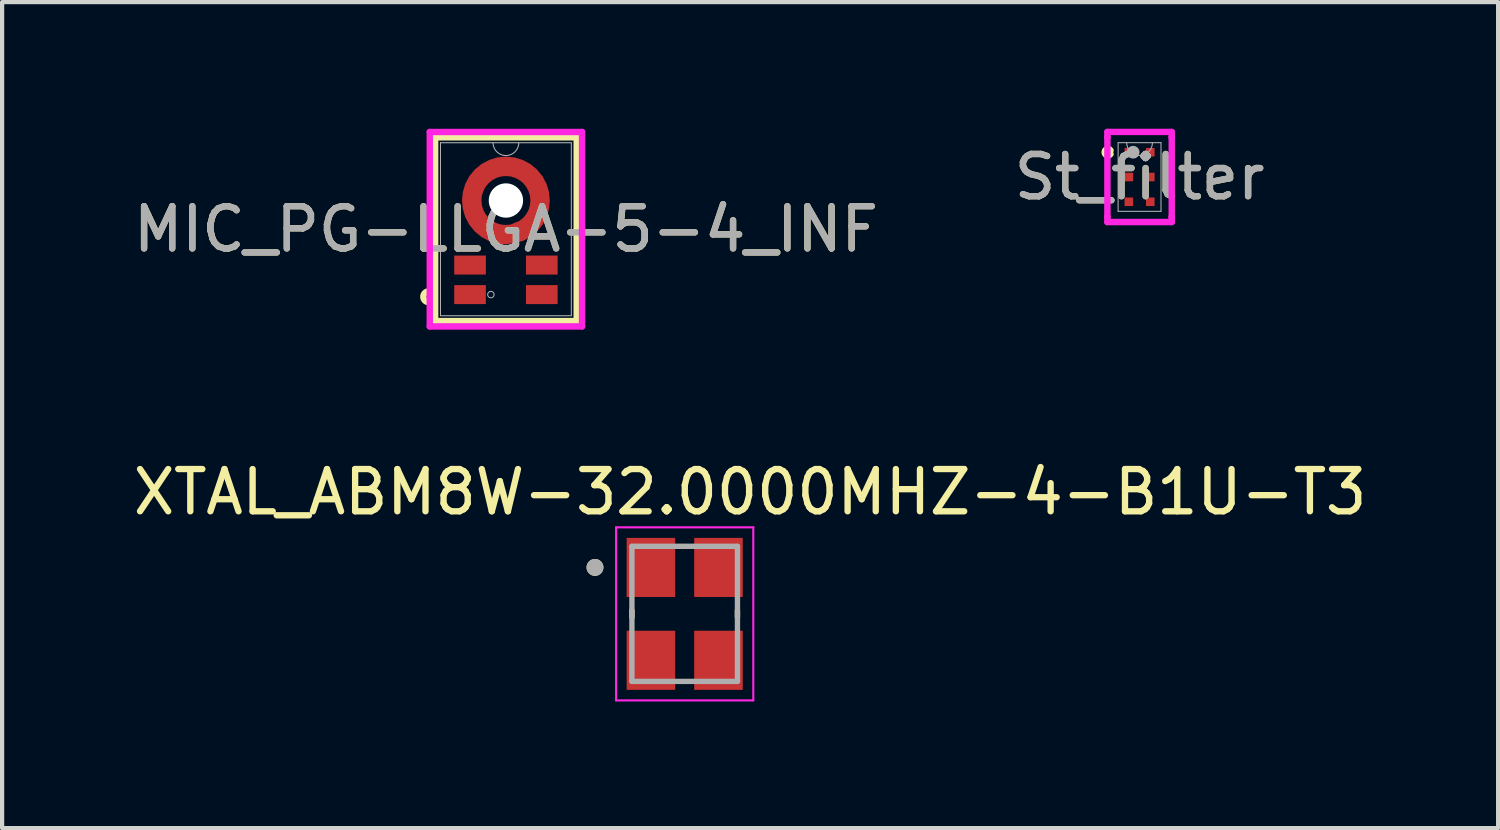
<source format=kicad_pcb>
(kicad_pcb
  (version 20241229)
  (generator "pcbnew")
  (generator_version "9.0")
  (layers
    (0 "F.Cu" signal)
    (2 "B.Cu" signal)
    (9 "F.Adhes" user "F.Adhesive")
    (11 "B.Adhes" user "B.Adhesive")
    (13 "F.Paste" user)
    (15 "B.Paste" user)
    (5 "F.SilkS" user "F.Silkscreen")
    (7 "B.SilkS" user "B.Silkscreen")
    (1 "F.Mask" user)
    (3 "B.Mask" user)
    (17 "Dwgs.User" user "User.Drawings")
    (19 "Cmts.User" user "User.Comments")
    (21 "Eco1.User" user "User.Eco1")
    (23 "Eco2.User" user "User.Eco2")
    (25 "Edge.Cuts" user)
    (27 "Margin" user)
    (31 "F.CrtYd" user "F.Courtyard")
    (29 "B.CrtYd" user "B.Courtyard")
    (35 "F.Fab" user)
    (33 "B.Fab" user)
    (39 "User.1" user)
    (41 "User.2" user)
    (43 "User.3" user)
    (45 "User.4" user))
  (footprint "St_filter"
    (layer "F.Cu")
    (at 23.946 1.143)
    (property "Reference" "St_filter" (at 0 0 0) (unlocked yes) (layer "F.SilkS") (effects (font (size 1 1) (thickness 0.15))))
    (attr smd)
    (fp_arc (start -0.68834 -0.543209) (mid -0.8269 -0.587) (end -0.68834 -0.630791) (stroke (width 0.1524) (type solid)) (layer "F.SilkS"))
    (fp_line (start -0.762 -1.067) (end 0.762 -1.067) (stroke (width 0.152) (type solid)) (layer "F.CrtYd"))
    (fp_line (start -0.762 -0.943) (end -0.762 -1.067) (stroke (width 0.152) (type solid)) (layer "F.CrtYd"))
    (fp_line (start -0.762 -0.943) (end -0.762 -0.943) (stroke (width 0.152) (type solid)) (layer "F.CrtYd"))
    (fp_line (start -0.762 0.943) (end -0.762 -0.943) (stroke (width 0.152) (type solid)) (layer "F.CrtYd"))
    (fp_line (start -0.762 0.943) (end -0.762 0.943) (stroke (width 0.152) (type solid)) (layer "F.CrtYd"))
    (fp_line (start -0.762 1.067) (end -0.762 0.943) (stroke (width 0.152) (type solid)) (layer "F.CrtYd"))
    (fp_line (start 0.762 -1.067) (end 0.762 -0.943) (stroke (width 0.152) (type solid)) (layer "F.CrtYd"))
    (fp_line (start 0.762 -0.943) (end 0.762 -0.943) (stroke (width 0.152) (type solid)) (layer "F.CrtYd"))
    (fp_line (start 0.762 -0.943) (end 0.762 0.943) (stroke (width 0.152) (type solid)) (layer "F.CrtYd"))
    (fp_line (start 0.762 0.943) (end 0.762 0.943) (stroke (width 0.152) (type solid)) (layer "F.CrtYd"))
    (fp_line (start 0.762 0.943) (end 0.762 1.067) (stroke (width 0.152) (type solid)) (layer "F.CrtYd"))
    (fp_line (start 0.762 1.067) (end -0.762 1.067) (stroke (width 0.152) (type solid)) (layer "F.CrtYd"))
    (fp_line (start -0.508 -0.813) (end -0.508 0.813) (stroke (width 0.025) (type solid)) (layer "F.Fab"))
    (fp_line (start -0.508 0.813) (end 0.508 0.813) (stroke (width 0.025) (type solid)) (layer "F.Fab"))
    (fp_line (start 0.508 -0.813) (end -0.508 -0.813) (stroke (width 0.025) (type solid)) (layer "F.Fab"))
    (fp_line (start 0.508 0.813) (end 0.508 -0.813) (stroke (width 0.025) (type solid)) (layer "F.Fab"))
    (fp_arc (start 0.3048 -0.8128) (mid 0 -0.508) (end -0.3048 -0.8128) (stroke (width 0.0254) (type solid)) (layer "F.Fab"))
    (fp_circle (center -0.152 -0.587) (end -0.076 -0.587) (stroke (width 0.152) (type solid)) (fill no) (layer "F.Fab"))
    (fp_text user "${REFERENCE}" (at 0 0 0) (unlocked yes) (layer "F.Fab") (effects (font (size 1 1) (thickness 0.15))))
    (pad "1" smd rect (at -0.254 -0.587) (size 0.203 0.203) (layers "F.Cu" "F.Mask" "F.Paste"))
    (pad "2" smd rect (at -0.254 0) (size 0.203 0.203) (layers "F.Cu" "F.Mask" "F.Paste"))
    (pad "3" smd rect (at -0.254 0.587) (size 0.203 0.203) (layers "F.Cu" "F.Mask" "F.Paste"))
    (pad "4" smd rect (at 0.254 0.587) (size 0.203 0.203) (layers "F.Cu" "F.Mask" "F.Paste"))
    (pad "5" smd rect (at 0.254 0) (size 0.203 0.203) (layers "F.Cu" "F.Mask" "F.Paste"))
    (pad "6" smd rect (at 0.254 -0.587) (size 0.203 0.203) (layers "F.Cu" "F.Mask" "F.Paste")))
  (footprint "XTAL_ABM8W-32.0000MHZ-4-B1U-T3"
    (layer "F.Cu")
    (at 13.17 11.492)
    (property "Reference" "XTAL_ABM8W-32.0000MHZ-4-B1U-T3" (at 1.55 -2.885 0) (layer "F.SilkS") (effects (font (size 1 1) (thickness 0.15))))
    (attr smd)
    (fp_line (start -1.25 -0.08) (end -1.25 0.08) (stroke (width 0.127) (type solid)) (layer "F.SilkS"))
    (fp_line (start 1.25 -0.08) (end 1.25 0.08) (stroke (width 0.127) (type solid)) (layer "F.SilkS"))
    (fp_circle (center -2.125 -1.1) (end -2.025 -1.1) (stroke (width 0.2) (type solid)) (fill no) (layer "F.SilkS"))
    (fp_line (start -1.625 -2.05) (end -1.625 2.05) (stroke (width 0.05) (type solid)) (layer "F.CrtYd"))
    (fp_line (start -1.625 -2.05) (end 1.625 -2.05) (stroke (width 0.05) (type solid)) (layer "F.CrtYd"))
    (fp_line (start 1.625 -2.05) (end 1.625 2.05) (stroke (width 0.05) (type solid)) (layer "F.CrtYd"))
    (fp_line (start 1.625 2.05) (end -1.625 2.05) (stroke (width 0.05) (type solid)) (layer "F.CrtYd"))
    (fp_line (start -1.25 -1.6) (end -1.25 1.6) (stroke (width 0.127) (type solid)) (layer "F.Fab"))
    (fp_line (start -1.25 -1.6) (end 1.25 -1.6) (stroke (width 0.127) (type solid)) (layer "F.Fab"))
    (fp_line (start 1.25 -1.6) (end 1.25 1.6) (stroke (width 0.127) (type solid)) (layer "F.Fab"))
    (fp_line (start 1.25 1.6) (end -1.25 1.6) (stroke (width 0.127) (type solid)) (layer "F.Fab"))
    (fp_circle (center -2.125 -1.1) (end -2.025 -1.1) (stroke (width 0.2) (type solid)) (fill no) (layer "F.Fab"))
    (pad "1" smd rect (at -0.8 -1.1) (size 1.15 1.4) (layers "F.Cu" "F.Mask" "F.Paste"))
    (pad "2" smd rect (at -0.8 1.1) (size 1.15 1.4) (layers "F.Cu" "F.Mask" "F.Paste"))
    (pad "3" smd rect (at 0.8 1.1) (size 1.15 1.4) (layers "F.Cu" "F.Mask" "F.Paste"))
    (pad "4" smd rect (at 0.8 -1.1) (size 1.15 1.4) (layers "F.Cu" "F.Mask" "F.Paste")))
  (footprint "MIC_PG-LLGA-5-4_INF"
    (layer "F.Cu")
    (at 8.935 2.38)
    (property "Reference" "MIC_PG-LLGA-5-4_INF" (at 0 0 0) (unlocked yes) (layer "F.SilkS") (effects (font (size 1 1) (thickness 0.15))))
    (attr smd)
    (fp_poly (pts (xy 0 -1.72) (xy 0.203 -1.7) (xy 0.398 -1.641) (xy 0.578 -1.545) (xy 0.735 -1.415) (xy 0.865 -1.258) (xy 0.961 -1.078) (xy 1.02 -0.883) (xy 1.04 -0.68) (xy 1.02 -0.477) (xy 0.961 -0.282) (xy 0.865 -0.102) (xy 0.735 0.055) (xy 0.578 0.185) (xy 0.398 0.281) (xy 0 0.36) (xy -0.203 0.34) (xy -0.398 0.281) (xy -0.578 0.185) (xy -0.735 0.055) (xy -0.865 -0.102) (xy -0.961 -0.282) (xy -1.02 -0.477) (xy -1.04 -0.68) (xy -1.02 -0.883) (xy -0.961 -1.078) (xy -0.865 -1.258) (xy -0.735 -1.415) (xy -0.578 -1.545) (xy -0.398 -1.641) (xy -0.203 -1.7) (xy 0 -1.72) (xy 0 -1.26) (xy -0.113 -1.249) (xy -0.222 -1.216) (xy -0.322 -1.162) (xy -0.41 -1.09) (xy -0.482 -1.002) (xy -0.536 -0.902) (xy -0.569 -0.793) (xy -0.58 -0.68) (xy -0.569 -0.567) (xy -0.536 -0.458) (xy -0.482 -0.358) (xy -0.41 -0.27) (xy -0.322 -0.198) (xy -0.222 -0.144) (xy -0.113 -0.111) (xy 0 -0.1) (xy 0.113 -0.111) (xy 0.322 -0.198) (xy 0.41 -0.27) (xy 0.482 -0.358) (xy 0.536 -0.458) (xy 0.569 -0.567) (xy 0.58 -0.68) (xy 0.569 -0.793) (xy 0.536 -0.902) (xy 0.482 -1.002) (xy 0.41 -1.09) (xy 0.322 -1.162) (xy 0.222 -1.216) (xy 0.113 -1.249) (xy 0 -1.26)) (stroke (width 0) (type solid)) (fill yes) (layer "F.Cu"))
    (fp_poly (pts (xy 0 -1.72) (xy 0.203 -1.7) (xy 0.398 -1.641) (xy 0.578 -1.545) (xy 0.735 -1.415) (xy 0.865 -1.258) (xy 0.961 -1.078) (xy 1.02 -0.883) (xy 1.04 -0.68) (xy 1.02 -0.477) (xy 0.961 -0.282) (xy 0.865 -0.102) (xy 0.735 0.055) (xy 0.578 0.185) (xy 0.398 0.281) (xy 0 0.36) (xy -0.203 0.34) (xy -0.398 0.281) (xy -0.578 0.185) (xy -0.735 0.055) (xy -0.865 -0.102) (xy -0.961 -0.282) (xy -1.02 -0.477) (xy -1.04 -0.68) (xy -1.02 -0.883) (xy -0.961 -1.078) (xy -0.865 -1.258) (xy -0.735 -1.415) (xy -0.578 -1.545) (xy -0.398 -1.641) (xy -0.203 -1.7) (xy 0 -1.72) (xy 0 -1.26) (xy -0.113 -1.249) (xy -0.222 -1.216) (xy -0.322 -1.162) (xy -0.41 -1.09) (xy -0.482 -1.002) (xy -0.536 -0.902) (xy -0.569 -0.793) (xy -0.58 -0.68) (xy -0.569 -0.567) (xy -0.536 -0.458) (xy -0.482 -0.358) (xy -0.41 -0.27) (xy -0.322 -0.198) (xy -0.222 -0.144) (xy -0.113 -0.111) (xy 0 -0.1) (xy 0.113 -0.111) (xy 0.322 -0.198) (xy 0.41 -0.27) (xy 0.482 -0.358) (xy 0.536 -0.458) (xy 0.569 -0.567) (xy 0.58 -0.68) (xy 0.569 -0.793) (xy 0.536 -0.902) (xy 0.482 -1.002) (xy 0.41 -1.09) (xy 0.322 -1.162) (xy 0.222 -1.216) (xy 0.113 -1.249) (xy 0 -1.26)) (stroke (width 0) (type solid)) (fill yes) (layer "F.Mask"))
    (fp_line (start -1.677 -2.176) (end 1.677 -2.176) (stroke (width 0.152) (type solid)) (layer "F.SilkS"))
    (fp_line (start -1.677 2.176) (end -1.677 -2.176) (stroke (width 0.152) (type solid)) (layer "F.SilkS"))
    (fp_line (start 1.677 -2.176) (end 1.677 2.176) (stroke (width 0.152) (type solid)) (layer "F.SilkS"))
    (fp_line (start 1.677 2.176) (end -1.677 2.176) (stroke (width 0.152) (type solid)) (layer "F.SilkS"))
    (fp_circle (center -1.829 1.6) (end -1.702 1.6) (stroke (width 0.152) (type solid)) (fill no) (layer "F.SilkS"))
    (fp_poly (pts (xy -1.175 0.699) (xy -1.174 0.691) (xy -1.173 0.684) (xy -1.17 0.676) (xy -1.165 0.67) (xy -1.16 0.664) (xy -1.154 0.659) (xy -1.148 0.654) (xy -1.14 0.651) (xy -1.133 0.65) (xy -1.125 0.649) (xy -0.575 0.649) (xy -0.567 0.65) (xy -0.56 0.651) (xy -0.552 0.654) (xy -0.546 0.659) (xy -0.54 0.664) (xy -0.535 0.67) (xy -0.53 0.676) (xy -0.527 0.684) (xy -0.526 0.691) (xy -0.525 0.699) (xy -0.525 0.999) (xy -0.526 1.007) (xy -0.527 1.014) (xy -0.53 1.022) (xy -0.535 1.028) (xy -0.54 1.034) (xy -0.546 1.039) (xy -0.552 1.044) (xy -0.56 1.047) (xy -0.567 1.048) (xy -0.575 1.049) (xy -1.125 1.049) (xy -1.133 1.048) (xy -1.14 1.047) (xy -1.148 1.044) (xy -1.154 1.039) (xy -1.16 1.034) (xy -1.165 1.028) (xy -1.17 1.022) (xy -1.173 1.014) (xy -1.174 1.007) (xy -1.175 0.999)) (stroke (width 0) (type solid)) (fill yes) (layer "F.Paste"))
    (fp_poly (pts (xy -1.175 1.399) (xy -1.174 1.391) (xy -1.173 1.384) (xy -1.17 1.376) (xy -1.165 1.37) (xy -1.16 1.364) (xy -1.154 1.359) (xy -1.148 1.354) (xy -1.14 1.351) (xy -1.133 1.35) (xy -1.125 1.349) (xy -0.575 1.349) (xy -0.567 1.35) (xy -0.56 1.351) (xy -0.552 1.354) (xy -0.546 1.359) (xy -0.54 1.364) (xy -0.535 1.37) (xy -0.53 1.376) (xy -0.527 1.384) (xy -0.526 1.391) (xy -0.525 1.399) (xy -0.525 1.699) (xy -0.526 1.707) (xy -0.527 1.714) (xy -0.53 1.722) (xy -0.535 1.728) (xy -0.54 1.734) (xy -0.546 1.739) (xy -0.552 1.744) (xy -0.56 1.747) (xy -0.567 1.748) (xy -0.575 1.749) (xy -1.125 1.749) (xy -1.133 1.748) (xy -1.14 1.747) (xy -1.148 1.744) (xy -1.154 1.739) (xy -1.16 1.734) (xy -1.165 1.728) (xy -1.17 1.722) (xy -1.173 1.714) (xy -1.174 1.707) (xy -1.175 1.699)) (stroke (width 0) (type solid)) (fill yes) (layer "F.Paste"))
    (fp_poly (pts (xy 0.525 0.699) (xy 0.526 0.691) (xy 0.527 0.684) (xy 0.53 0.676) (xy 0.535 0.67) (xy 0.54 0.664) (xy 0.546 0.659) (xy 0.552 0.654) (xy 0.56 0.651) (xy 0.567 0.65) (xy 0.575 0.649) (xy 1.125 0.649) (xy 1.133 0.65) (xy 1.14 0.651) (xy 1.148 0.654) (xy 1.154 0.659) (xy 1.16 0.664) (xy 1.165 0.67) (xy 1.17 0.676) (xy 1.173 0.684) (xy 1.174 0.691) (xy 1.175 0.699) (xy 1.175 0.999) (xy 1.174 1.007) (xy 1.173 1.014) (xy 1.17 1.022) (xy 1.165 1.028) (xy 1.16 1.034) (xy 1.154 1.039) (xy 1.148 1.044) (xy 1.14 1.047) (xy 1.133 1.048) (xy 1.125 1.049) (xy 0.575 1.049) (xy 0.567 1.048) (xy 0.56 1.047) (xy 0.552 1.044) (xy 0.546 1.039) (xy 0.54 1.034) (xy 0.535 1.028) (xy 0.53 1.022) (xy 0.527 1.014) (xy 0.526 1.007) (xy 0.525 0.999)) (stroke (width 0) (type solid)) (fill yes) (layer "F.Paste"))
    (fp_poly (pts (xy 0.525 1.399) (xy 0.526 1.391) (xy 0.527 1.384) (xy 0.53 1.376) (xy 0.535 1.37) (xy 0.54 1.364) (xy 0.546 1.359) (xy 0.552 1.354) (xy 0.56 1.351) (xy 0.567 1.35) (xy 0.575 1.349) (xy 1.125 1.349) (xy 1.133 1.35) (xy 1.14 1.351) (xy 1.148 1.354) (xy 1.154 1.359) (xy 1.16 1.364) (xy 1.165 1.37) (xy 1.17 1.376) (xy 1.173 1.384) (xy 1.174 1.391) (xy 1.175 1.399) (xy 1.175 1.699) (xy 1.174 1.707) (xy 1.173 1.714) (xy 1.17 1.722) (xy 1.165 1.728) (xy 1.16 1.734) (xy 1.154 1.739) (xy 1.148 1.744) (xy 1.14 1.747) (xy 1.133 1.748) (xy 1.125 1.749) (xy 0.575 1.749) (xy 0.567 1.748) (xy 0.56 1.747) (xy 0.552 1.744) (xy 0.546 1.739) (xy 0.54 1.734) (xy 0.535 1.728) (xy 0.53 1.722) (xy 0.527 1.714) (xy 0.526 1.707) (xy 0.525 1.699)) (stroke (width 0) (type solid)) (fill yes) (layer "F.Paste"))
    (fp_poly (pts (xy 0 -1.72) (xy 0.203 -1.7) (xy 0.398 -1.641) (xy 0.578 -1.545) (xy 0.735 -1.415) (xy 0.865 -1.258) (xy 0.961 -1.078) (xy 1.02 -0.883) (xy 1.04 -0.68) (xy 1.02 -0.477) (xy 0.961 -0.282) (xy 0.865 -0.102) (xy 0.735 0.055) (xy 0.578 0.185) (xy 0.398 0.281) (xy 0 0.36) (xy -0.203 0.34) (xy -0.398 0.281) (xy -0.578 0.185) (xy -0.735 0.055) (xy -0.865 -0.102) (xy -0.961 -0.282) (xy -1.02 -0.477) (xy -1.04 -0.68) (xy -1.02 -0.883) (xy -0.961 -1.078) (xy -0.865 -1.258) (xy -0.735 -1.415) (xy -0.578 -1.545) (xy -0.398 -1.641) (xy -0.203 -1.7) (xy 0 -1.72) (xy 0 -1.26) (xy -0.113 -1.249) (xy -0.222 -1.216) (xy -0.322 -1.162) (xy -0.41 -1.09) (xy -0.482 -1.002) (xy -0.536 -0.902) (xy -0.569 -0.793) (xy -0.58 -0.68) (xy -0.569 -0.567) (xy -0.536 -0.458) (xy -0.482 -0.358) (xy -0.41 -0.27) (xy -0.322 -0.198) (xy -0.222 -0.144) (xy -0.113 -0.111) (xy 0 -0.1) (xy 0.113 -0.111) (xy 0.322 -0.198) (xy 0.41 -0.27) (xy 0.482 -0.358) (xy 0.536 -0.458) (xy 0.569 -0.567) (xy 0.58 -0.68) (xy 0.569 -0.793) (xy 0.536 -0.902) (xy 0.482 -1.002) (xy 0.41 -1.09) (xy 0.322 -1.162) (xy 0.222 -1.216) (xy 0.113 -1.249) (xy 0 -1.26)) (stroke (width 0) (type solid)) (fill yes) (layer "F.Paste"))
    (fp_line (start -1.804 -2.303) (end -1.804 2.303) (stroke (width 0.152) (type solid)) (layer "F.CrtYd"))
    (fp_line (start -1.804 2.303) (end 1.804 2.303) (stroke (width 0.152) (type solid)) (layer "F.CrtYd"))
    (fp_line (start 1.804 -2.303) (end -1.804 -2.303) (stroke (width 0.152) (type solid)) (layer "F.CrtYd"))
    (fp_line (start 1.804 2.303) (end 1.804 -2.303) (stroke (width 0.152) (type solid)) (layer "F.CrtYd"))
    (fp_line (start -1.55 -2.049) (end -1.55 2.049) (stroke (width 0.025) (type solid)) (layer "F.Fab"))
    (fp_line (start -1.55 2.049) (end 1.55 2.049) (stroke (width 0.025) (type solid)) (layer "F.Fab"))
    (fp_line (start 1.55 -2.049) (end -1.55 -2.049) (stroke (width 0.025) (type solid)) (layer "F.Fab"))
    (fp_line (start 1.55 2.049) (end 1.55 -2.049) (stroke (width 0.025) (type solid)) (layer "F.Fab"))
    (fp_arc (start 0.3048 -2.0494) (mid 0 -1.7446) (end -0.3048 -2.0494) (stroke (width 0.0254) (type solid)) (layer "F.Fab"))
    (fp_circle (center -0.356 1.549) (end -0.279 1.549) (stroke (width 0.025) (type solid)) (fill no) (layer "F.Fab"))
    (fp_text user "${REFERENCE}" (at 0 0 0) (unlocked yes) (layer "F.Fab") (effects (font (size 1 1) (thickness 0.15))))
    (pad "" np_thru_hole circle (at 0 -0.68) (size 0.813 0.813) (drill 0.813) (layers "*.Cu" "*.Mask"))
    (pad "1" smd rect (at -0.85 1.549) (size 0.75 0.45) (layers "F.Cu" "F.Mask"))
    (pad "2" smd rect (at -0.85 0.849) (size 0.75 0.45) (layers "F.Cu" "F.Mask"))
    (pad "3" smd rect (at 0.85 1.549) (size 0.75 0.45) (layers "F.Cu" "F.Mask"))
    (pad "4" smd rect (at 0.85 0.849) (size 0.75 0.45) (layers "F.Cu" "F.Mask"))
    (pad "5" smd rect (at 0 -1.499) (size 0.127 0.127) (layers "F.Cu" "F.Mask" "F.Paste")))
  (gr_rect
    (start -3 -3)
    (end 32.44 16.567)
    (stroke (width 0.1) (type default))
    (fill no)
    (layer "Edge.Cuts")))
</source>
